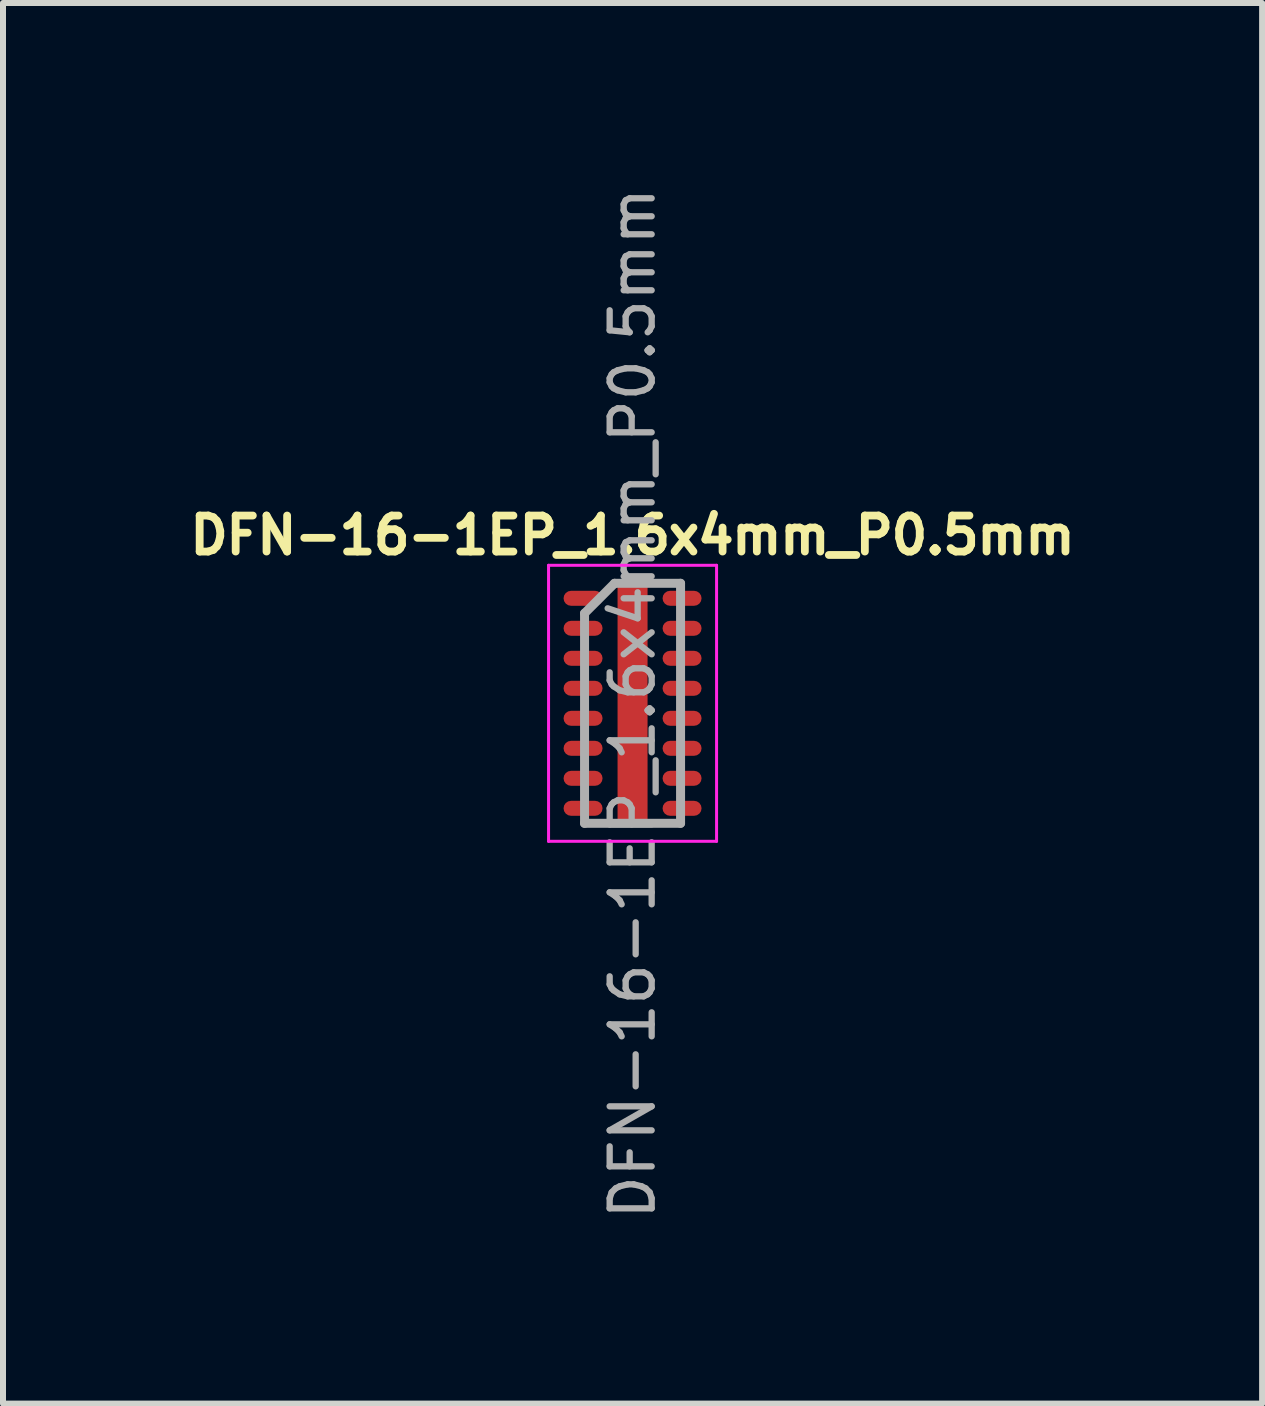
<source format=kicad_pcb>
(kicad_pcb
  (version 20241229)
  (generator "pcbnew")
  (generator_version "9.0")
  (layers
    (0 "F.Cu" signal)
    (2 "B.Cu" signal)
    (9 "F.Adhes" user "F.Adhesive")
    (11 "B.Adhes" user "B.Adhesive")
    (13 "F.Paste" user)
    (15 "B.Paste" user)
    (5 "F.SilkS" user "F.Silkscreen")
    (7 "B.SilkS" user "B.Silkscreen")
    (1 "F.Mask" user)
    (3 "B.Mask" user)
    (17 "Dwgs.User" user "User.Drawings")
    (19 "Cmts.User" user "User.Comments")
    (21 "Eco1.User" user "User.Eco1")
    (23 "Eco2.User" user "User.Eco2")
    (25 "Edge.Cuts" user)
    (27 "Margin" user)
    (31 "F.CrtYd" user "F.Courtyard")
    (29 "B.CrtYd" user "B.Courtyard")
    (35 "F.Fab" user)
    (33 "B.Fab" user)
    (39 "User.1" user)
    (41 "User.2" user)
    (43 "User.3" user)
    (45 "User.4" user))
  (footprint "DFN-16-1EP_1.6x4mm_P0.5mm"
    (layer "F.Cu")
    (at 7.492 8.671)
    (property "Reference" "DFN-16-1EP_1.6x4mm_P0.5mm" (at 0 -2.8 0) (layer "F.SilkS") (effects (font (size 0.6 0.6) (thickness 0.13))))
    (attr smd)
    (fp_line (start -1.4 -2.3) (end -1.4 2.3) (stroke (width 0.05) (type solid)) (layer "F.CrtYd"))
    (fp_line (start -1.4 -2.3) (end 1.4 -2.3) (stroke (width 0.05) (type solid)) (layer "F.CrtYd"))
    (fp_line (start -1.4 2.3) (end 1.4 2.3) (stroke (width 0.05) (type solid)) (layer "F.CrtYd"))
    (fp_line (start 1.4 -2.3) (end 1.4 2.3) (stroke (width 0.05) (type solid)) (layer "F.CrtYd"))
    (fp_line (start -0.8 -1.5) (end -0.3 -2) (stroke (width 0.15) (type solid)) (layer "F.Fab"))
    (fp_line (start -0.8 2) (end -0.8 -1.5) (stroke (width 0.15) (type solid)) (layer "F.Fab"))
    (fp_line (start -0.3 -2) (end 0.8 -2) (stroke (width 0.15) (type solid)) (layer "F.Fab"))
    (fp_line (start 0.8 -2) (end 0.8 2) (stroke (width 0.15) (type solid)) (layer "F.Fab"))
    (fp_line (start 0.8 2) (end -0.8 2) (stroke (width 0.15) (type solid)) (layer "F.Fab"))
    (fp_text user "${REFERENCE}" (at 0 0 90) (layer "F.Fab") (effects (font (size 0.7 0.7) (thickness 0.105))))
    (pad "1" smd roundrect (at -0.825 -1.75) (size 0.65 0.25) (layers "F.Cu" "F.Mask" "F.Paste") (roundrect_rratio 0.5))
    (pad "2" smd roundrect (at -0.825 -1.25) (size 0.65 0.25) (layers "F.Cu" "F.Mask" "F.Paste") (roundrect_rratio 0.5))
    (pad "3" smd roundrect (at -0.825 -0.75) (size 0.65 0.25) (layers "F.Cu" "F.Mask" "F.Paste") (roundrect_rratio 0.5))
    (pad "4" smd roundrect (at -0.825 -0.25) (size 0.65 0.25) (layers "F.Cu" "F.Mask" "F.Paste") (roundrect_rratio 0.5))
    (pad "5" smd roundrect (at -0.825 0.25) (size 0.65 0.25) (layers "F.Cu" "F.Mask" "F.Paste") (roundrect_rratio 0.5))
    (pad "6" smd roundrect (at -0.825 0.75) (size 0.65 0.25) (layers "F.Cu" "F.Mask" "F.Paste") (roundrect_rratio 0.5))
    (pad "7" smd roundrect (at -0.825 1.25) (size 0.65 0.25) (layers "F.Cu" "F.Mask" "F.Paste") (roundrect_rratio 0.5))
    (pad "8" smd roundrect (at -0.825 1.75) (size 0.65 0.25) (layers "F.Cu" "F.Mask" "F.Paste") (roundrect_rratio 0.5))
    (pad "9" smd roundrect (at 0.825 1.75) (size 0.65 0.25) (layers "F.Cu" "F.Mask" "F.Paste") (roundrect_rratio 0.5))
    (pad "10" smd roundrect (at 0.825 1.25) (size 0.65 0.25) (layers "F.Cu" "F.Mask" "F.Paste") (roundrect_rratio 0.5))
    (pad "11" smd roundrect (at 0.825 0.75) (size 0.65 0.25) (layers "F.Cu" "F.Mask" "F.Paste") (roundrect_rratio 0.5))
    (pad "12" smd roundrect (at 0.825 0.25) (size 0.65 0.25) (layers "F.Cu" "F.Mask" "F.Paste") (roundrect_rratio 0.5))
    (pad "13" smd roundrect (at 0.825 -0.25) (size 0.65 0.25) (layers "F.Cu" "F.Mask" "F.Paste") (roundrect_rratio 0.5))
    (pad "14" smd roundrect (at 0.825 -0.75) (size 0.65 0.25) (layers "F.Cu" "F.Mask" "F.Paste") (roundrect_rratio 0.5))
    (pad "15" smd roundrect (at 0.825 -1.25) (size 0.65 0.25) (layers "F.Cu" "F.Mask" "F.Paste") (roundrect_rratio 0.5))
    (pad "16" smd roundrect (at 0.825 -1.75) (size 0.65 0.25) (layers "F.Cu" "F.Mask" "F.Paste") (roundrect_rratio 0.5))
    (pad "17" smd roundrect (at 0 0) (size 0.5 4.1) (layers "F.Cu" "F.Mask" "F.Paste") (roundrect_rratio 0.25)))
  (gr_rect
    (start -3 -3)
    (end 17.984 20.342)
    (stroke (width 0.1) (type default))
    (fill no)
    (layer "Edge.Cuts")))
</source>
